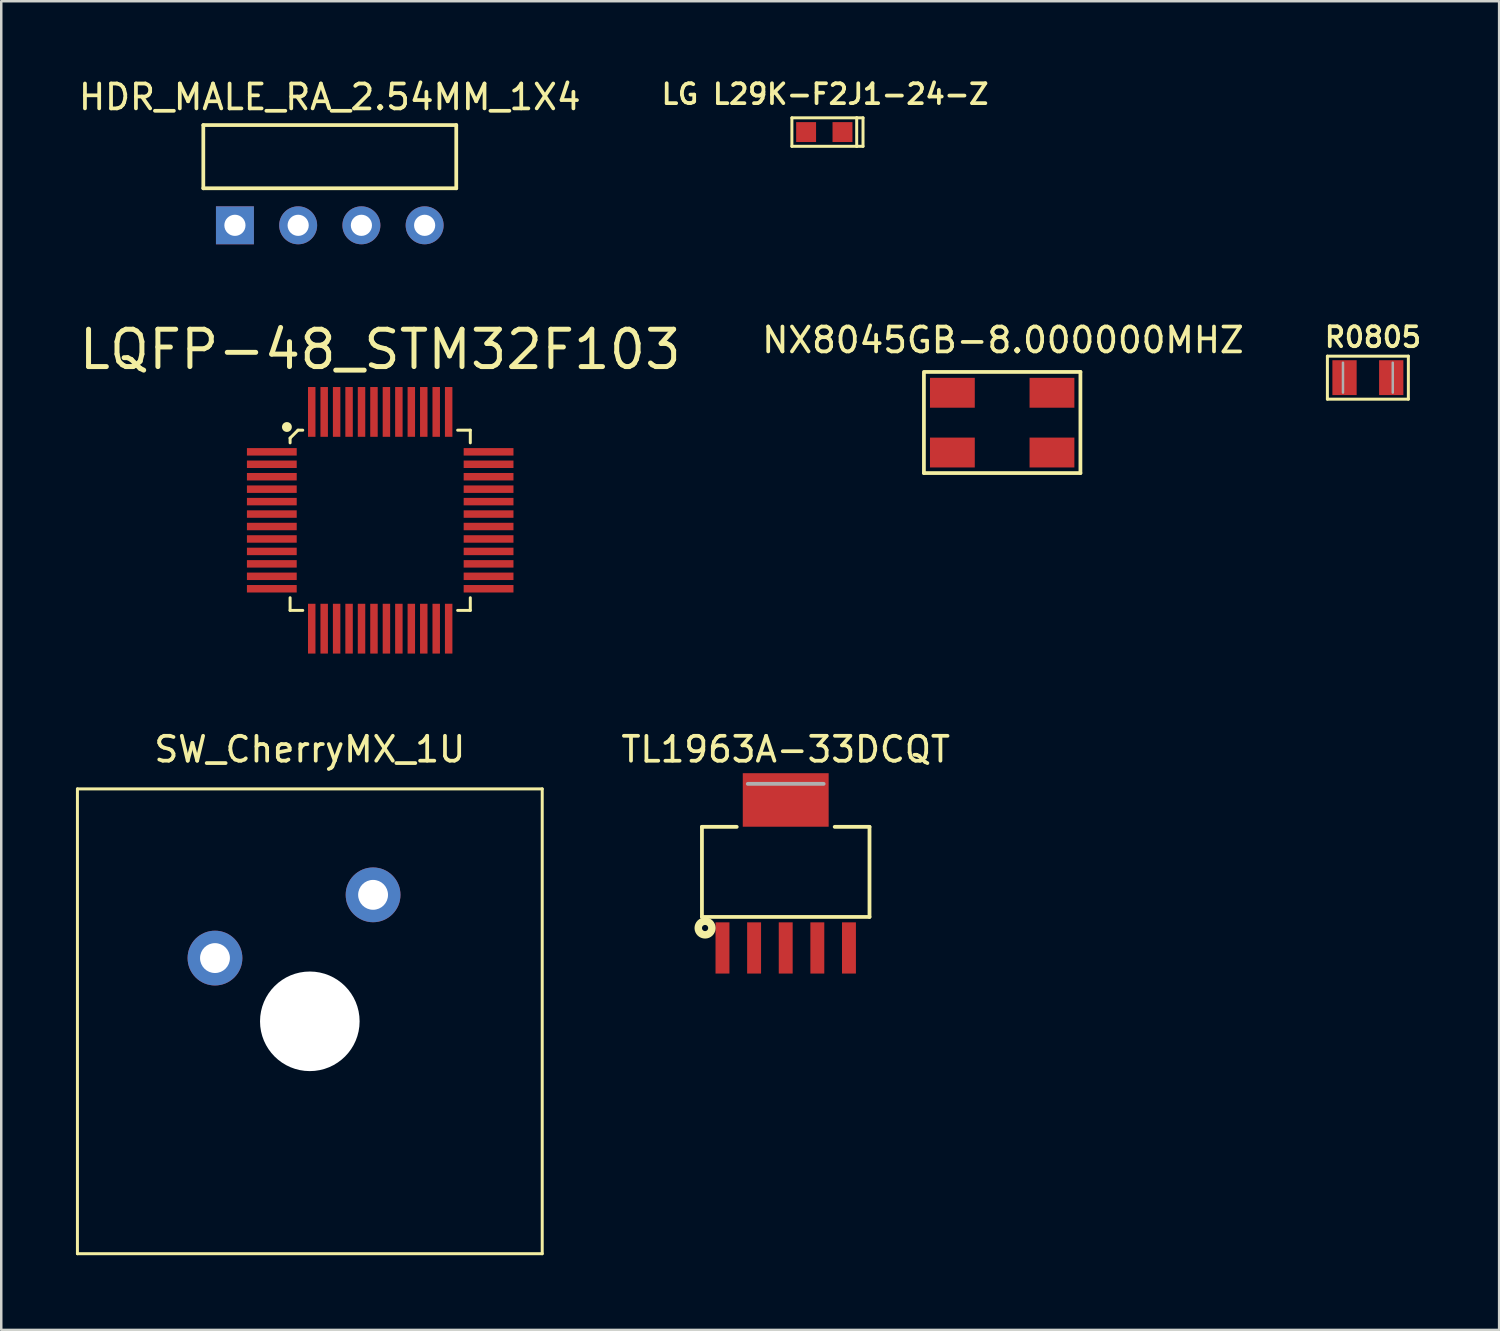
<source format=kicad_pcb>
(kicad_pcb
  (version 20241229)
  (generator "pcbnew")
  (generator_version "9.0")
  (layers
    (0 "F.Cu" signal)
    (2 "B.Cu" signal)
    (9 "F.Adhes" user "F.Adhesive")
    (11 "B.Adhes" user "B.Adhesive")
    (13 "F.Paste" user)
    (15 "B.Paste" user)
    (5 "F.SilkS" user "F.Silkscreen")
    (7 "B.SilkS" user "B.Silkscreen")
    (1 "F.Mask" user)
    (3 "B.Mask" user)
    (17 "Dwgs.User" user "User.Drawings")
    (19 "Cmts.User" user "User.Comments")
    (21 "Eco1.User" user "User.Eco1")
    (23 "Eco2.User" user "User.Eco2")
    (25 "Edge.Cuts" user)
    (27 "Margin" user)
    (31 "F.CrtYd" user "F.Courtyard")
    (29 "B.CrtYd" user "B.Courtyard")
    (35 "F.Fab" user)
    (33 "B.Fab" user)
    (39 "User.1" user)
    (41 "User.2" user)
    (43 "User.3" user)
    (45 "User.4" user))
  (footprint "SW_CherryMX_1U"
    (layer "F.Cu")
    (at 9.458 37.781)
    (property "Reference" "SW_CherryMX_1U" (at -0.064 -10.732 0) (layer "F.SilkS") (effects (font (size 1 1) (thickness 0.15))))
    (attr through_hole)
    (fp_line (start -9.398 -9.144) (end 9.271 -9.144) (stroke (width 0.12) (type solid)) (layer "F.SilkS"))
    (fp_line (start -9.398 9.525) (end -9.398 -9.144) (stroke (width 0.12) (type solid)) (layer "F.SilkS"))
    (fp_line (start 9.271 -9.144) (end 9.271 9.525) (stroke (width 0.12) (type solid)) (layer "F.SilkS"))
    (fp_line (start 9.271 9.525) (end -9.398 9.525) (stroke (width 0.12) (type solid)) (layer "F.SilkS"))
    (pad "" np_thru_hole circle (at -0.064 0.191) (size 4 4) (drill 4) (layers "*.Cu" "*.Mask"))
    (pad "1" thru_hole circle (at 2.477 -4.889) (size 2.2 2.2) (drill 1.2) (layers "*.Cu" "*.Mask"))
    (pad "2" thru_hole circle (at -3.873 -2.349) (size 2.2 2.2) (drill 1.2) (layers "*.Cu" "*.Mask")))
  (footprint "HDR_MALE_RA_2.54MM_1X4"
    (layer "F.Cu")
    (at 10.196 5.873)
    (property "Reference" "HDR_MALE_RA_2.54MM_1X4" (at 0 -5.024 0) (layer "F.SilkS") (effects (font (size 1 1) (thickness 0.15))))
    (attr through_hole)
    (fp_line (start -5.08 -3.9) (end 5.08 -3.9) (stroke (width 0.15) (type solid)) (layer "F.SilkS"))
    (fp_line (start -5.08 -1.36) (end -5.08 -3.9) (stroke (width 0.15) (type solid)) (layer "F.SilkS"))
    (fp_line (start -5.08 -1.36) (end 5.08 -1.36) (stroke (width 0.15) (type solid)) (layer "F.SilkS"))
    (fp_line (start 5.08 -1.36) (end 5.08 -3.9) (stroke (width 0.15) (type solid)) (layer "F.SilkS"))
    (pad "1" thru_hole rect (at -3.81 0.127) (size 1.524 1.524) (drill 0.85) (layers "*.Cu" "*.Mask"))
    (pad "2" thru_hole circle (at -1.27 0.127) (size 1.524 1.524) (drill 0.85) (layers "*.Cu" "*.Mask"))
    (pad "3" thru_hole circle (at 1.27 0.127) (size 1.524 1.524) (drill 0.85) (layers "*.Cu" "*.Mask"))
    (pad "4" thru_hole circle (at 3.81 0.127) (size 1.524 1.524) (drill 0.85) (layers "*.Cu" "*.Mask")))
  (footprint "LQFP-48_STM32F103"
    (layer "F.Cu")
    (at 12.221 17.848)
    (property "Reference" "LQFP-48_STM32F103" (at 0 -6.858 0) (layer "F.SilkS") (effects (font (size 1.5 1.5) (thickness 0.2))))
    (attr smd)
    (fp_line (start -3.619 -3.111) (end -3.619 -3.302) (stroke (width 0.12) (type solid)) (layer "F.SilkS"))
    (fp_line (start -3.619 3.619) (end -3.619 3.111) (stroke (width 0.12) (type solid)) (layer "F.SilkS"))
    (fp_line (start -3.302 -3.619) (end -3.619 -3.302) (stroke (width 0.12) (type solid)) (layer "F.SilkS"))
    (fp_line (start -3.302 -3.619) (end -3.111 -3.619) (stroke (width 0.12) (type solid)) (layer "F.SilkS"))
    (fp_line (start -3.111 3.619) (end -3.619 3.619) (stroke (width 0.12) (type solid)) (layer "F.SilkS"))
    (fp_line (start 3.111 -3.619) (end 3.619 -3.619) (stroke (width 0.12) (type solid)) (layer "F.SilkS"))
    (fp_line (start 3.619 -3.619) (end 3.619 -3.111) (stroke (width 0.12) (type solid)) (layer "F.SilkS"))
    (fp_line (start 3.619 3.111) (end 3.619 3.619) (stroke (width 0.12) (type solid)) (layer "F.SilkS"))
    (fp_line (start 3.619 3.619) (end 3.111 3.619) (stroke (width 0.12) (type solid)) (layer "F.SilkS"))
    (fp_circle (center -3.747 -3.747) (end -3.647 -3.747) (stroke (width 0.2) (type solid)) (fill no) (layer "F.SilkS"))
    (pad "1" smd rect (at -4.353 -2.75) (size 2 0.3) (layers "F.Cu" "F.Mask" "F.Paste"))
    (pad "2" smd rect (at -4.353 -2.25) (size 2 0.3) (layers "F.Cu" "F.Mask" "F.Paste"))
    (pad "3" smd rect (at -4.353 -1.75) (size 2 0.3) (layers "F.Cu" "F.Mask" "F.Paste"))
    (pad "4" smd rect (at -4.353 -1.25) (size 2 0.3) (layers "F.Cu" "F.Mask" "F.Paste"))
    (pad "5" smd rect (at -4.353 -0.75) (size 2 0.3) (layers "F.Cu" "F.Mask" "F.Paste"))
    (pad "6" smd rect (at -4.353 -0.25) (size 2 0.3) (layers "F.Cu" "F.Mask" "F.Paste"))
    (pad "7" smd rect (at -4.353 0.25) (size 2 0.3) (layers "F.Cu" "F.Mask" "F.Paste"))
    (pad "8" smd rect (at -4.353 0.75) (size 2 0.3) (layers "F.Cu" "F.Mask" "F.Paste"))
    (pad "9" smd rect (at -4.353 1.25) (size 2 0.3) (layers "F.Cu" "F.Mask" "F.Paste"))
    (pad "10" smd rect (at -4.353 1.75) (size 2 0.3) (layers "F.Cu" "F.Mask" "F.Paste"))
    (pad "11" smd rect (at -4.353 2.25) (size 2 0.3) (layers "F.Cu" "F.Mask" "F.Paste"))
    (pad "12" smd rect (at -4.353 2.75) (size 2 0.3) (layers "F.Cu" "F.Mask" "F.Paste"))
    (pad "13" smd rect (at -2.75 4.353) (size 0.3 2) (layers "F.Cu" "F.Mask" "F.Paste"))
    (pad "14" smd rect (at -2.25 4.353) (size 0.3 2) (layers "F.Cu" "F.Mask" "F.Paste"))
    (pad "15" smd rect (at -1.75 4.353) (size 0.3 2) (layers "F.Cu" "F.Mask" "F.Paste"))
    (pad "16" smd rect (at -1.25 4.353) (size 0.3 2) (layers "F.Cu" "F.Mask" "F.Paste"))
    (pad "17" smd rect (at -0.75 4.353) (size 0.3 2) (layers "F.Cu" "F.Mask" "F.Paste"))
    (pad "18" smd rect (at -0.25 4.353) (size 0.3 2) (layers "F.Cu" "F.Mask" "F.Paste"))
    (pad "19" smd rect (at 0.25 4.353) (size 0.3 2) (layers "F.Cu" "F.Mask" "F.Paste"))
    (pad "20" smd rect (at 0.75 4.353) (size 0.3 2) (layers "F.Cu" "F.Mask" "F.Paste"))
    (pad "21" smd rect (at 1.25 4.353) (size 0.3 2) (layers "F.Cu" "F.Mask" "F.Paste"))
    (pad "22" smd rect (at 1.75 4.353) (size 0.3 2) (layers "F.Cu" "F.Mask" "F.Paste"))
    (pad "23" smd rect (at 2.25 4.353) (size 0.3 2) (layers "F.Cu" "F.Mask" "F.Paste"))
    (pad "24" smd rect (at 2.75 4.353) (size 0.3 2) (layers "F.Cu" "F.Mask" "F.Paste"))
    (pad "25" smd rect (at 4.353 2.75) (size 2 0.3) (layers "F.Cu" "F.Mask" "F.Paste"))
    (pad "26" smd rect (at 4.353 2.25) (size 2 0.3) (layers "F.Cu" "F.Mask" "F.Paste"))
    (pad "27" smd rect (at 4.353 1.75) (size 2 0.3) (layers "F.Cu" "F.Mask" "F.Paste"))
    (pad "28" smd rect (at 4.353 1.25) (size 2 0.3) (layers "F.Cu" "F.Mask" "F.Paste"))
    (pad "29" smd rect (at 4.353 0.75) (size 2 0.3) (layers "F.Cu" "F.Mask" "F.Paste"))
    (pad "30" smd rect (at 4.353 0.25) (size 2 0.3) (layers "F.Cu" "F.Mask" "F.Paste"))
    (pad "31" smd rect (at 4.353 -0.25) (size 2 0.3) (layers "F.Cu" "F.Mask" "F.Paste"))
    (pad "32" smd rect (at 4.353 -0.75) (size 2 0.3) (layers "F.Cu" "F.Mask" "F.Paste"))
    (pad "33" smd rect (at 4.353 -1.25) (size 2 0.3) (layers "F.Cu" "F.Mask" "F.Paste"))
    (pad "34" smd rect (at 4.353 -1.75) (size 2 0.3) (layers "F.Cu" "F.Mask" "F.Paste"))
    (pad "35" smd rect (at 4.353 -2.25) (size 2 0.3) (layers "F.Cu" "F.Mask" "F.Paste"))
    (pad "36" smd rect (at 4.353 -2.75) (size 2 0.3) (layers "F.Cu" "F.Mask" "F.Paste"))
    (pad "37" smd rect (at 2.75 -4.353) (size 0.3 2) (layers "F.Cu" "F.Mask" "F.Paste"))
    (pad "38" smd rect (at 2.25 -4.353) (size 0.3 2) (layers "F.Cu" "F.Mask" "F.Paste"))
    (pad "39" smd rect (at 1.75 -4.353) (size 0.3 2) (layers "F.Cu" "F.Mask" "F.Paste"))
    (pad "40" smd rect (at 1.25 -4.353) (size 0.3 2) (layers "F.Cu" "F.Mask" "F.Paste"))
    (pad "41" smd rect (at 0.75 -4.353) (size 0.3 2) (layers "F.Cu" "F.Mask" "F.Paste"))
    (pad "42" smd rect (at 0.25 -4.353) (size 0.3 2) (layers "F.Cu" "F.Mask" "F.Paste"))
    (pad "43" smd rect (at -0.25 -4.353) (size 0.3 2) (layers "F.Cu" "F.Mask" "F.Paste"))
    (pad "44" smd rect (at -0.75 -4.353) (size 0.3 2) (layers "F.Cu" "F.Mask" "F.Paste"))
    (pad "45" smd rect (at -1.25 -4.353) (size 0.3 2) (layers "F.Cu" "F.Mask" "F.Paste"))
    (pad "46" smd rect (at -1.75 -4.353) (size 0.3 2) (layers "F.Cu" "F.Mask" "F.Paste"))
    (pad "47" smd rect (at -2.25 -4.353) (size 0.3 2) (layers "F.Cu" "F.Mask" "F.Paste"))
    (pad "48" smd rect (at -2.75 -4.353) (size 0.3 2) (layers "F.Cu" "F.Mask" "F.Paste")))
  (footprint "LG L29K-F2J1-24-Z"
    (layer "F.Cu")
    (at 30.09 2.255)
    (property "Reference" "LG L29K-F2J1-24-Z" (at 0 -1.524 0) (layer "F.SilkS") (effects (font (size 0.8 0.8) (thickness 0.15))))
    (attr through_hole)
    (fp_line (start -1.333 -0.572) (end 1.27 -0.572) (stroke (width 0.12) (type solid)) (layer "F.SilkS"))
    (fp_line (start -1.333 0.572) (end -1.333 -0.572) (stroke (width 0.12) (type solid)) (layer "F.SilkS"))
    (fp_line (start 1.27 -0.572) (end 1.27 0.572) (stroke (width 0.12) (type solid)) (layer "F.SilkS"))
    (fp_line (start 1.27 -0.572) (end 1.524 -0.572) (stroke (width 0.12) (type solid)) (layer "F.SilkS"))
    (fp_line (start 1.27 0.572) (end -1.333 0.572) (stroke (width 0.12) (type solid)) (layer "F.SilkS"))
    (fp_line (start 1.524 -0.572) (end 1.524 0.572) (stroke (width 0.12) (type solid)) (layer "F.SilkS"))
    (fp_line (start 1.524 0.572) (end 1.27 0.572) (stroke (width 0.12) (type solid)) (layer "F.SilkS"))
    (pad "1" smd rect (at -0.762 0) (size 0.8 0.8) (layers "F.Cu" "F.Mask" "F.Paste"))
    (pad "2" smd rect (at 0.699 0) (size 0.8 0.8) (layers "F.Cu" "F.Mask" "F.Paste")))
  (footprint "TL1963A-33DCQT"
    (layer "F.Cu")
    (at 28.509 32.066)
    (property "Reference" "TL1963A-33DCQT" (at 0 -5.016 0) (layer "F.SilkS") (effects (font (size 1 1) (thickness 0.15))))
    (attr through_hole)
    (fp_line (start -3.365 -1.905) (end -3.365 1.714) (stroke (width 0.152) (type solid)) (layer "F.SilkS"))
    (fp_line (start -3.365 1.714) (end 3.365 1.714) (stroke (width 0.15) (type solid)) (layer "F.SilkS"))
    (fp_line (start -1.968 -1.905) (end -3.365 -1.905) (stroke (width 0.152) (type solid)) (layer "F.SilkS"))
    (fp_line (start 3.365 -1.905) (end 1.968 -1.905) (stroke (width 0.152) (type solid)) (layer "F.SilkS"))
    (fp_line (start 3.365 1.714) (end 3.365 -1.905) (stroke (width 0.152) (type solid)) (layer "F.SilkS"))
    (fp_circle (center -3.239 2.159) (end -3.115 2.159) (stroke (width 0.3) (type solid)) (fill no) (layer "F.SilkS"))
    (fp_line (start 1.524 -3.632) (end -1.524 -3.632) (stroke (width 0.152) (type solid)) (layer "F.Fab"))
    (pad "1" smd rect (at -2.54 2.959) (size 0.559 2.057) (layers "F.Cu" "F.Mask" "F.Paste"))
    (pad "2" smd rect (at -1.27 2.959) (size 0.559 2.057) (layers "F.Cu" "F.Mask" "F.Paste"))
    (pad "3" smd rect (at 0 2.959) (size 0.559 2.057) (layers "F.Cu" "F.Mask" "F.Paste"))
    (pad "4" smd rect (at 1.27 2.959) (size 0.559 2.057) (layers "F.Cu" "F.Mask" "F.Paste"))
    (pad "5" smd rect (at 2.54 2.959) (size 0.559 2.057) (layers "F.Cu" "F.Mask" "F.Paste"))
    (pad "6" smd rect (at 0 -2.985) (size 3.45 2.15) (layers "F.Cu" "F.Mask" "F.Paste")))
  (footprint "R0805"
    (layer "F.Cu")
    (at 51.892 12.119)
    (property "Reference" "R0805" (at 0.203 -1.626 0) (layer "F.SilkS") (effects (font (size 0.8 0.8) (thickness 0.15))))
    (attr smd)
    (fp_line (start -1.626 -0.864) (end -1.626 0.864) (stroke (width 0.12) (type solid)) (layer "F.SilkS"))
    (fp_line (start -1.626 -0.864) (end 1.626 -0.864) (stroke (width 0.12) (type solid)) (layer "F.SilkS"))
    (fp_line (start -1.626 0.864) (end 1.626 0.864) (stroke (width 0.12) (type solid)) (layer "F.SilkS"))
    (fp_line (start 1.626 -0.864) (end 1.626 0.864) (stroke (width 0.12) (type solid)) (layer "F.SilkS"))
    (fp_line (start -1 0.6) (end -1 -0.6) (stroke (width 0.1) (type solid)) (layer "F.Fab"))
    (fp_line (start 1 -0.6) (end 1 0.6) (stroke (width 0.1) (type solid)) (layer "F.Fab"))
    (pad "1" smd rect (at -0.938 0) (size 0.975 1.4) (layers "F.Cu" "F.Mask" "F.Paste"))
    (pad "2" smd rect (at 0.938 0) (size 0.975 1.4) (layers "F.Cu" "F.Mask" "F.Paste")))
  (footprint "NX8045GB-8.000000MHZ"
    (layer "F.Cu")
    (at 37.235 13.92)
    (property "Reference" "NX8045GB-8.000000MHZ" (at 0 -3.31 0) (layer "F.SilkS") (effects (font (size 1 1) (thickness 0.15))))
    (attr through_hole)
    (fp_line (start -3.175 -2.032) (end 3.111 -2.032) (stroke (width 0.15) (type solid)) (layer "F.SilkS"))
    (fp_line (start -3.175 -1.968) (end -3.175 2.032) (stroke (width 0.15) (type solid)) (layer "F.SilkS"))
    (fp_line (start -3.175 2.032) (end 3.111 2.032) (stroke (width 0.15) (type solid)) (layer "F.SilkS"))
    (fp_line (start 3.111 -2.032) (end 3.111 2.032) (stroke (width 0.15) (type solid)) (layer "F.SilkS"))
    (pad "1" smd rect (at -2.032 1.206) (size 1.8 1.2) (layers "F.Cu" "F.Mask" "F.Paste"))
    (pad "2" smd rect (at 1.968 1.206) (size 1.8 1.2) (layers "F.Cu" "F.Mask" "F.Paste"))
    (pad "3" smd rect (at 1.968 -1.194) (size 1.8 1.2) (layers "F.Cu" "F.Mask" "F.Paste"))
    (pad "4" smd rect (at -2.032 -1.194) (size 1.8 1.2) (layers "F.Cu" "F.Mask" "F.Paste")))
  (gr_rect
    (start -3 -3)
    (end 57.164 50.366)
    (stroke (width 0.1) (type default))
    (fill no)
    (layer "Edge.Cuts")))
</source>
